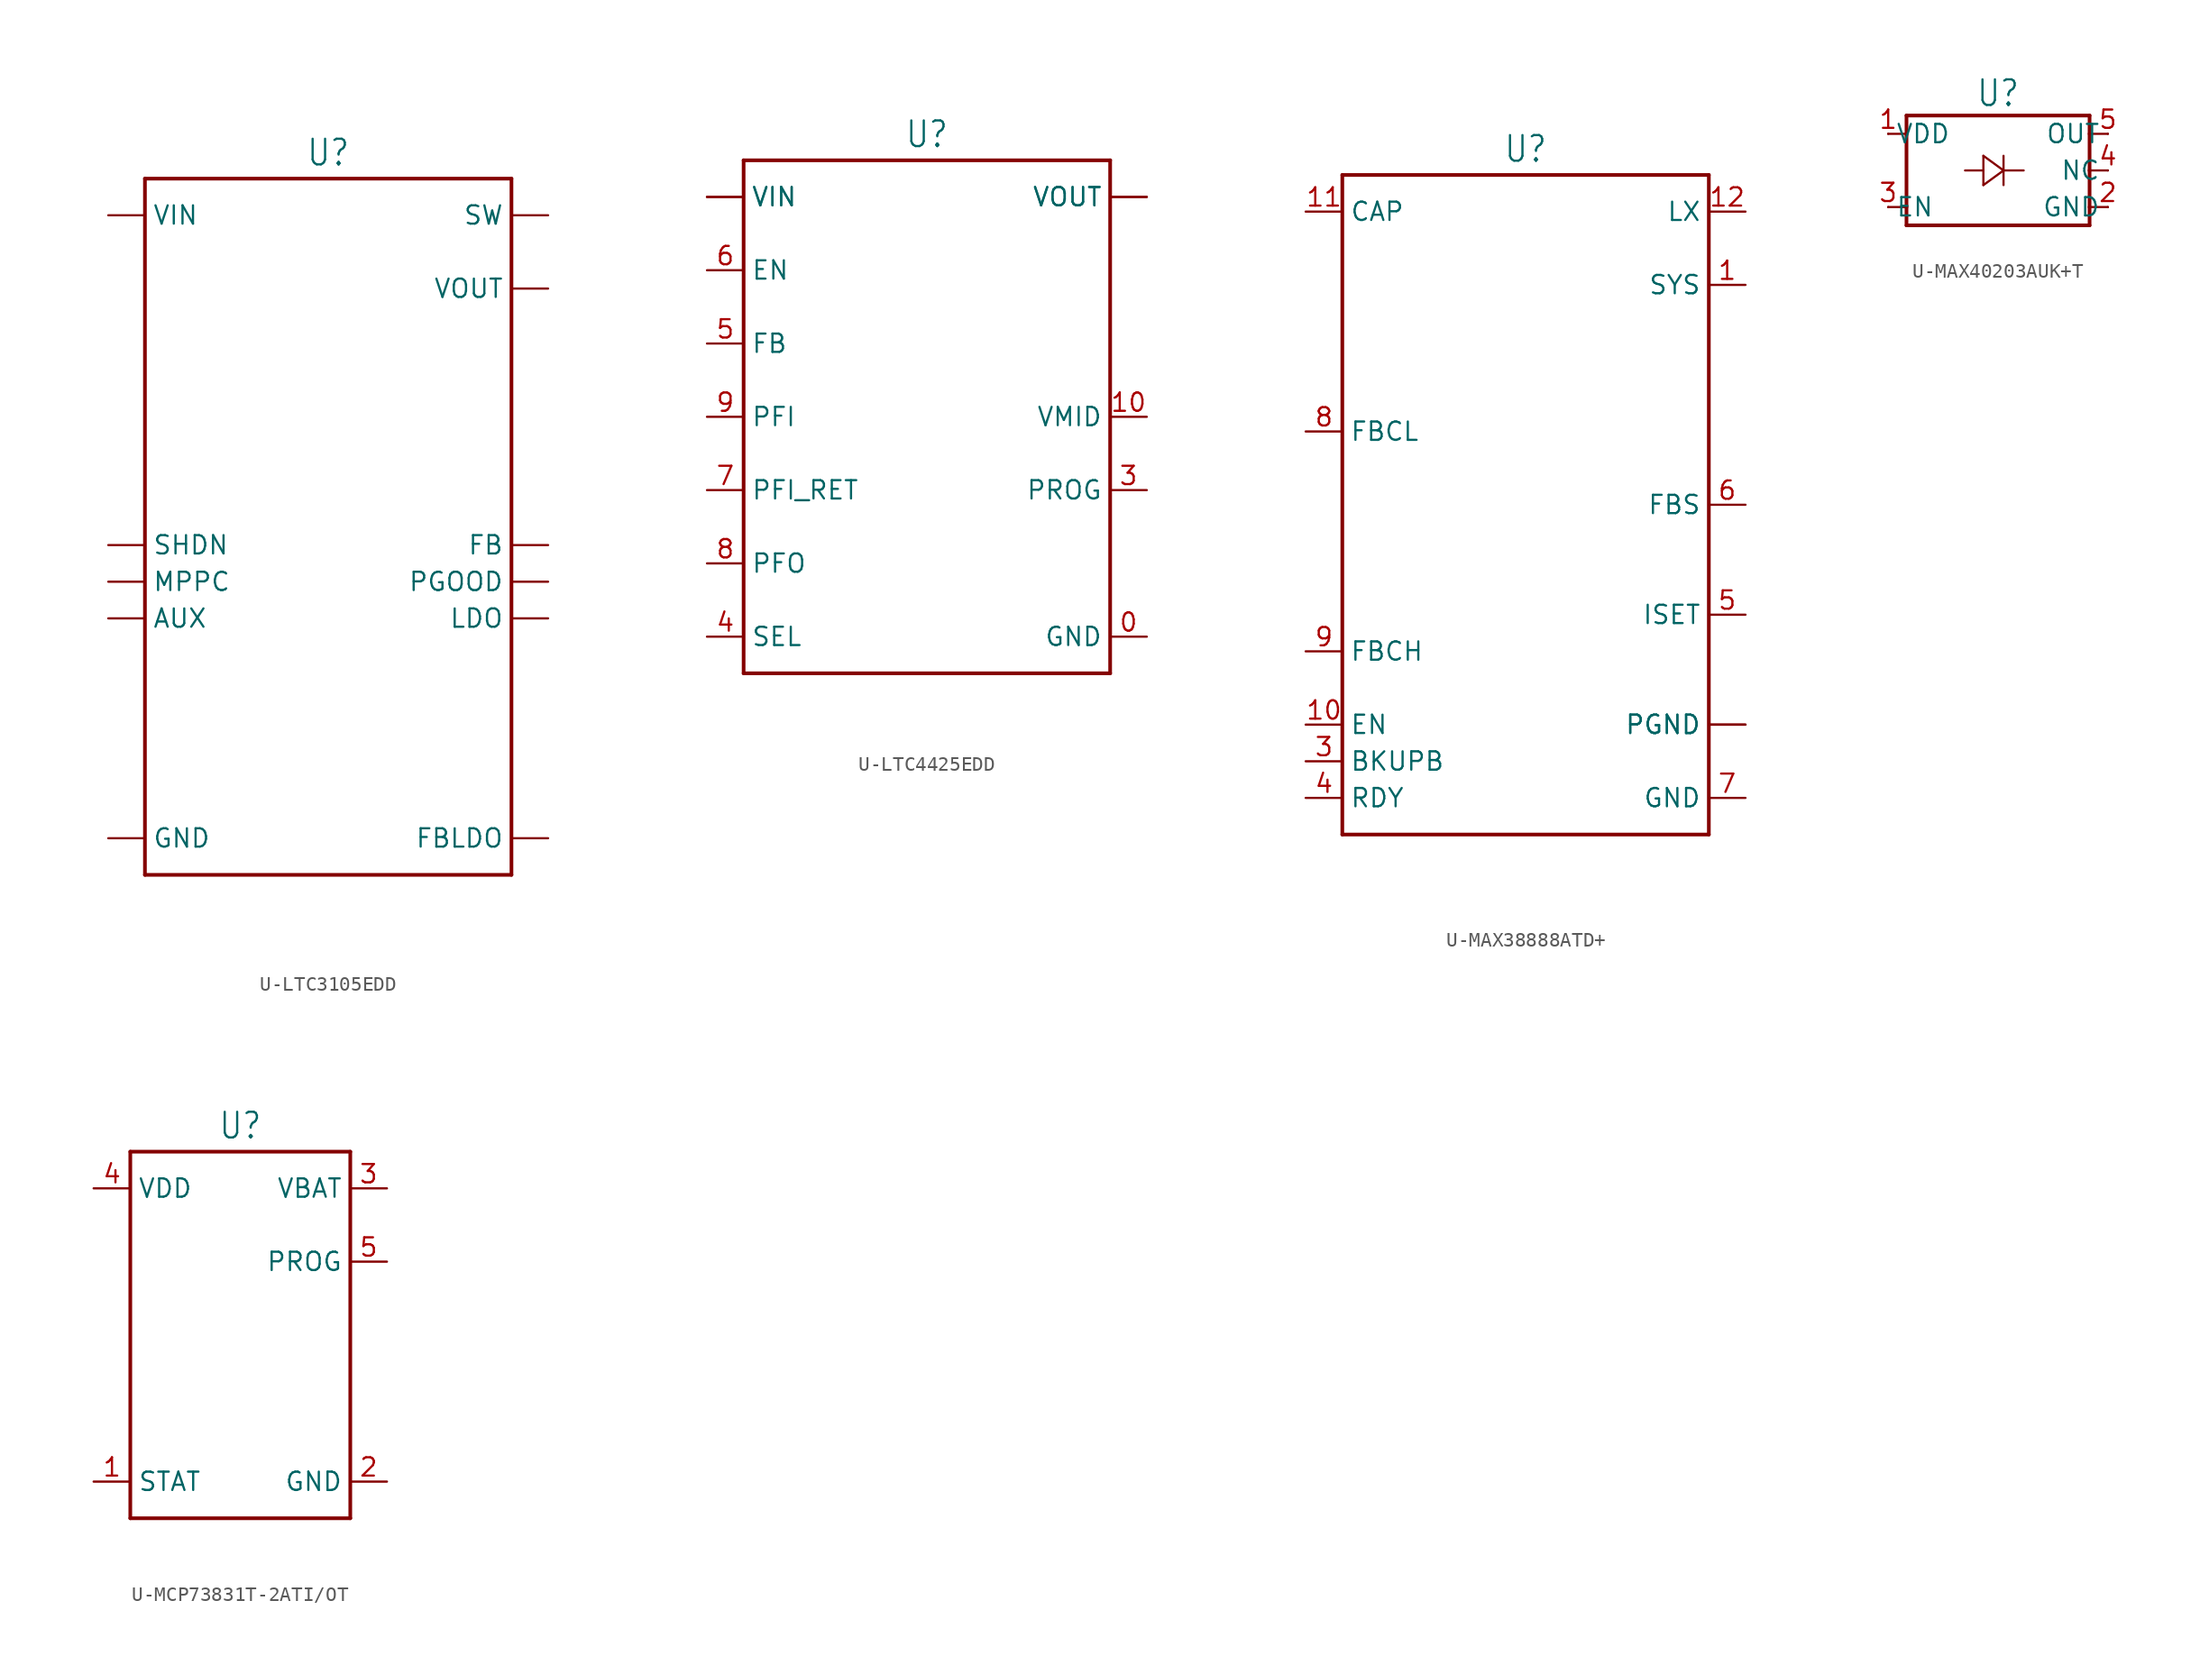
<source format=kicad_sym>
(kicad_symbol_lib
  (version 20231120)
  (generator "kicad_symbol_editor")
  (generator_version "8.0")
  (symbol "U-LTC3105EDD"
    (property "Reference" "U"
      (at 0 23.622 0)
      (effects (font (size 1.778 1.511)) (justify bottom)))
    (property "Value" ""
      (at 0 -26.162 0)
      (effects (font (size 1.778 1.511)) (justify top)))
    (property "ki_locked" ""
      (at 0 0 0)
      (effects (font (size 1.27 1.27))))
    (symbol "U-LTC3105EDD_1_0"
      (polyline (pts (xy -12.7 -25.4) (xy 12.7 -25.4)) (stroke (width 0.254) (type solid)) (fill (type none)))
      (polyline (pts (xy -12.7 22.86) (xy -12.7 -25.4)) (stroke (width 0.254) (type solid)) (fill (type none)))
      (polyline (pts (xy 12.7 -25.4) (xy 12.7 22.86)) (stroke (width 0.254) (type solid)) (fill (type none)))
      (polyline (pts (xy 12.7 22.86) (xy -12.7 22.86)) (stroke (width 0.254) (type solid)) (fill (type none)))
      (pin passive line (at 15.24 -2.54 180) (length 2.54) (name "FB" (effects (font (size 1.27 1.27)))) (number "1" (effects (font (size 0 0)))))
      (pin passive line (at -15.24 -7.62 0) (length 2.54) (name "AUX" (effects (font (size 1.27 1.27)))) (number "10" (effects (font (size 0 0)))))
      (pin passive line (at -15.24 -22.86 0) (length 2.54) (name "GND" (effects (font (size 1.27 1.27)))) (number "11" (effects (font (size 0 0)))))
      (pin passive line (at 15.24 -7.62 180) (length 2.54) (name "LDO" (effects (font (size 1.27 1.27)))) (number "2" (effects (font (size 0 0)))))
      (pin passive line (at 15.24 -22.86 180) (length 2.54) (name "FBLDO" (effects (font (size 1.27 1.27)))) (number "3" (effects (font (size 0 0)))))
      (pin passive line (at -15.24 -2.54 0) (length 2.54) (name "SHDN" (effects (font (size 1.27 1.27)))) (number "4" (effects (font (size 0 0)))))
      (pin passive line (at -15.24 -5.08 0) (length 2.54) (name "MPPC" (effects (font (size 1.27 1.27)))) (number "5" (effects (font (size 0 0)))))
      (pin passive line (at -15.24 20.32 0) (length 2.54) (name "VIN" (effects (font (size 1.27 1.27)))) (number "6" (effects (font (size 0 0)))))
      (pin passive line (at 15.24 20.32 180) (length 2.54) (name "SW" (effects (font (size 1.27 1.27)))) (number "7" (effects (font (size 0 0)))))
      (pin passive line (at 15.24 -5.08 180) (length 2.54) (name "PGOOD" (effects (font (size 1.27 1.27)))) (number "8" (effects (font (size 0 0)))))
      (pin passive line (at 15.24 15.24 180) (length 2.54) (name "VOUT" (effects (font (size 1.27 1.27)))) (number "9" (effects (font (size 0 0)))))))
  (symbol "U-LTC4425EDD"
    (property "Reference" "U"
      (at 0 18.542 0)
      (effects (font (size 1.778 1.511)) (justify bottom)))
    (property "Value" ""
      (at 0 -18.542 0)
      (effects (font (size 1.778 1.511)) (justify top)))
    (property "ki_locked" ""
      (at 0 0 0)
      (effects (font (size 1.27 1.27))))
    (symbol "U-LTC4425EDD_1_0"
      (polyline (pts (xy -12.7 -17.78) (xy -12.7 17.78)) (stroke (width 0.254) (type solid)) (fill (type none)))
      (polyline (pts (xy -12.7 17.78) (xy 12.7 17.78)) (stroke (width 0.254) (type solid)) (fill (type none)))
      (polyline (pts (xy 12.7 -17.78) (xy -12.7 -17.78)) (stroke (width 0.254) (type solid)) (fill (type none)))
      (polyline (pts (xy 12.7 17.78) (xy 12.7 -17.78)) (stroke (width 0.254) (type solid)) (fill (type none)))
      (pin passive line (at 15.24 -15.24 180) (length 2.54) (name "GND" (effects (font (size 1.27 1.27)))) (number "0" (effects (font (size 1.27 1.27)))))
      (pin passive line (at 15.24 15.24 180) (length 2.54) (name "VOUT" (effects (font (size 1.27 1.27)))) (number "1" (effects (font (size 0 0)))))
      (pin passive line (at 15.24 0 180) (length 2.54) (name "VMID" (effects (font (size 1.27 1.27)))) (number "10" (effects (font (size 1.27 1.27)))))
      (pin passive line (at -15.24 15.24 0) (length 2.54) (name "VIN" (effects (font (size 1.27 1.27)))) (number "11" (effects (font (size 0 0)))))
      (pin passive line (at -15.24 15.24 0) (length 2.54) (name "VIN" (effects (font (size 1.27 1.27)))) (number "12" (effects (font (size 0 0)))))
      (pin passive line (at 15.24 15.24 180) (length 2.54) (name "VOUT" (effects (font (size 1.27 1.27)))) (number "2" (effects (font (size 0 0)))))
      (pin passive line (at 15.24 -5.08 180) (length 2.54) (name "PROG" (effects (font (size 1.27 1.27)))) (number "3" (effects (font (size 1.27 1.27)))))
      (pin passive line (at -15.24 -15.24 0) (length 2.54) (name "SEL" (effects (font (size 1.27 1.27)))) (number "4" (effects (font (size 1.27 1.27)))))
      (pin passive line (at -15.24 5.08 0) (length 2.54) (name "FB" (effects (font (size 1.27 1.27)))) (number "5" (effects (font (size 1.27 1.27)))))
      (pin passive line (at -15.24 10.16 0) (length 2.54) (name "EN" (effects (font (size 1.27 1.27)))) (number "6" (effects (font (size 1.27 1.27)))))
      (pin passive line (at -15.24 -5.08 0) (length 2.54) (name "PFI_RET" (effects (font (size 1.27 1.27)))) (number "7" (effects (font (size 1.27 1.27)))))
      (pin passive line (at -15.24 -10.16 0) (length 2.54) (name "PFO" (effects (font (size 1.27 1.27)))) (number "8" (effects (font (size 1.27 1.27)))))
      (pin passive line (at -15.24 0 0) (length 2.54) (name "PFI" (effects (font (size 1.27 1.27)))) (number "9" (effects (font (size 1.27 1.27)))))))
  (symbol "U-MAX38888ATD+"
    (property "Reference" "U"
      (at 0 23.622 0)
      (effects (font (size 1.778 1.511)) (justify bottom)))
    (property "Value" ""
      (at 0 -23.622 0)
      (effects (font (size 1.778 1.511)) (justify top)))
    (property "ki_locked" ""
      (at 0 0 0)
      (effects (font (size 1.27 1.27))))
    (symbol "U-MAX38888ATD+_1_0"
      (polyline (pts (xy -12.7 -22.86) (xy 12.7 -22.86)) (stroke (width 0.254) (type solid)) (fill (type none)))
      (polyline (pts (xy -12.7 22.86) (xy -12.7 -22.86)) (stroke (width 0.254) (type solid)) (fill (type none)))
      (polyline (pts (xy 12.7 -22.86) (xy 12.7 22.86)) (stroke (width 0.254) (type solid)) (fill (type none)))
      (polyline (pts (xy 12.7 22.86) (xy -12.7 22.86)) (stroke (width 0.254) (type solid)) (fill (type none)))
      (pin passive line (at 15.24 -15.24 180) (length 2.54) (name "PGND" (effects (font (size 1.27 1.27)))) (number "0" (effects (font (size 0 0)))))
      (pin passive line (at 15.24 15.24 180) (length 2.54) (name "SYS" (effects (font (size 1.27 1.27)))) (number "1" (effects (font (size 1.27 1.27)))))
      (pin passive line (at -15.24 -15.24 0) (length 2.54) (name "EN" (effects (font (size 1.27 1.27)))) (number "10" (effects (font (size 1.27 1.27)))))
      (pin passive line (at -15.24 20.32 0) (length 2.54) (name "CAP" (effects (font (size 1.27 1.27)))) (number "11" (effects (font (size 1.27 1.27)))))
      (pin passive line (at 15.24 20.32 180) (length 2.54) (name "LX" (effects (font (size 1.27 1.27)))) (number "12" (effects (font (size 1.27 1.27)))))
      (pin passive line (at 15.24 -15.24 180) (length 2.54) (name "PGND" (effects (font (size 1.27 1.27)))) (number "14" (effects (font (size 0 0)))))
      (pin passive line (at -15.24 -17.78 0) (length 2.54) (name "BKUPB" (effects (font (size 1.27 1.27)))) (number "3" (effects (font (size 1.27 1.27)))))
      (pin passive line (at -15.24 -20.32 0) (length 2.54) (name "RDY" (effects (font (size 1.27 1.27)))) (number "4" (effects (font (size 1.27 1.27)))))
      (pin passive line (at 15.24 -7.62 180) (length 2.54) (name "ISET" (effects (font (size 1.27 1.27)))) (number "5" (effects (font (size 1.27 1.27)))))
      (pin passive line (at 15.24 0 180) (length 2.54) (name "FBS" (effects (font (size 1.27 1.27)))) (number "6" (effects (font (size 1.27 1.27)))))
      (pin passive line (at 15.24 -20.32 180) (length 2.54) (name "GND" (effects (font (size 1.27 1.27)))) (number "7" (effects (font (size 1.27 1.27)))))
      (pin passive line (at -15.24 5.08 0) (length 2.54) (name "FBCL" (effects (font (size 1.27 1.27)))) (number "8" (effects (font (size 1.27 1.27)))))
      (pin passive line (at -15.24 -10.16 0) (length 2.54) (name "FBCH" (effects (font (size 1.27 1.27)))) (number "9" (effects (font (size 1.27 1.27)))))))
  (symbol "U-MAX40203AUK+T"
    (property "Reference" "U"
      (at 0 4.318 0)
      (effects (font (size 1.778 1.511)) (justify bottom)))
    (property "Value" ""
      (at 0 -4.318 0)
      (effects (font (size 1.778 1.511)) (justify top)))
    (property "ki_locked" ""
      (at 0 0 0)
      (effects (font (size 1.27 1.27))))
    (symbol "U-MAX40203AUK+T_1_0"
      (polyline (pts (xy -7.62 -2.54) (xy -6.35 -2.54)) (stroke (width 0.152) (type solid)) (fill (type none)))
      (polyline (pts (xy -7.62 2.54) (xy -6.35 2.54)) (stroke (width 0.152) (type solid)) (fill (type none)))
      (polyline (pts (xy -6.35 -3.81) (xy -6.35 -2.54)) (stroke (width 0.254) (type solid)) (fill (type none)))
      (polyline (pts (xy -6.35 -2.54) (xy -6.35 2.54)) (stroke (width 0.254) (type solid)) (fill (type none)))
      (polyline (pts (xy -6.35 2.54) (xy -6.35 3.81)) (stroke (width 0.254) (type solid)) (fill (type none)))
      (polyline (pts (xy -6.35 3.81) (xy 6.35 3.81)) (stroke (width 0.254) (type solid)) (fill (type none)))
      (polyline (pts (xy -1.016 -1.016) (xy 0.381 0)) (stroke (width 0.152) (type solid)) (fill (type none)))
      (polyline (pts (xy -1.016 0) (xy -2.286 0)) (stroke (width 0.152) (type solid)) (fill (type none)))
      (polyline (pts (xy -1.016 0) (xy -1.016 -1.016)) (stroke (width 0.152) (type solid)) (fill (type none)))
      (polyline (pts (xy -1.016 1.016) (xy -1.016 0)) (stroke (width 0.152) (type solid)) (fill (type none)))
      (polyline (pts (xy 0.381 0) (xy -1.016 1.016)) (stroke (width 0.152) (type solid)) (fill (type none)))
      (polyline (pts (xy 0.381 0) (xy 0.381 -1.016)) (stroke (width 0.152) (type solid)) (fill (type none)))
      (polyline (pts (xy 0.381 0) (xy 1.778 0)) (stroke (width 0.152) (type solid)) (fill (type none)))
      (polyline (pts (xy 0.381 1.016) (xy 0.381 0)) (stroke (width 0.152) (type solid)) (fill (type none)))
      (polyline (pts (xy 6.35 -3.81) (xy -6.35 -3.81)) (stroke (width 0.254) (type solid)) (fill (type none)))
      (polyline (pts (xy 6.35 -2.54) (xy 6.35 -3.81)) (stroke (width 0.254) (type solid)) (fill (type none)))
      (polyline (pts (xy 6.35 0) (xy 6.35 -2.54)) (stroke (width 0.254) (type solid)) (fill (type none)))
      (polyline (pts (xy 6.35 2.54) (xy 6.35 0)) (stroke (width 0.254) (type solid)) (fill (type none)))
      (polyline (pts (xy 6.35 3.81) (xy 6.35 2.54)) (stroke (width 0.254) (type solid)) (fill (type none)))
      (polyline (pts (xy 7.62 -2.54) (xy 6.35 -2.54)) (stroke (width 0.152) (type solid)) (fill (type none)))
      (polyline (pts (xy 7.62 0) (xy 6.35 0)) (stroke (width 0.152) (type solid)) (fill (type none)))
      (polyline (pts (xy 7.62 2.54) (xy 6.35 2.54)) (stroke (width 0.152) (type solid)) (fill (type none)))
      (pin passive line (at -7.62 2.54 0) (length 0) (name "VDD" (effects (font (size 1.27 1.27)))) (number "1" (effects (font (size 1.27 1.27)))))
      (pin passive line (at 7.62 -2.54 180) (length 0) (name "GND" (effects (font (size 1.27 1.27)))) (number "2" (effects (font (size 1.27 1.27)))))
      (pin passive line (at -7.62 -2.54 0) (length 0) (name "EN" (effects (font (size 1.27 1.27)))) (number "3" (effects (font (size 1.27 1.27)))))
      (pin passive line (at 7.62 0 180) (length 0) (name "NC" (effects (font (size 1.27 1.27)))) (number "4" (effects (font (size 1.27 1.27)))))
      (pin passive line (at 7.62 2.54 180) (length 0) (name "OUT" (effects (font (size 1.27 1.27)))) (number "5" (effects (font (size 1.27 1.27)))))))
  (symbol "U-MCP73831T-2ATI/OT"
    (property "Reference" "U"
      (at 0 13.462 0)
      (effects (font (size 1.778 1.511)) (justify bottom)))
    (property "Value" ""
      (at 0 -13.462 0)
      (effects (font (size 1.778 1.511)) (justify top)))
    (property "ki_locked" ""
      (at 0 0 0)
      (effects (font (size 1.27 1.27))))
    (symbol "U-MCP73831T-2ATI/OT_1_0"
      (polyline (pts (xy -7.62 -12.7) (xy -7.62 12.7)) (stroke (width 0.254) (type solid)) (fill (type none)))
      (polyline (pts (xy -7.62 12.7) (xy 7.62 12.7)) (stroke (width 0.254) (type solid)) (fill (type none)))
      (polyline (pts (xy 7.62 -12.7) (xy -7.62 -12.7)) (stroke (width 0.254) (type solid)) (fill (type none)))
      (polyline (pts (xy 7.62 12.7) (xy 7.62 -12.7)) (stroke (width 0.254) (type solid)) (fill (type none)))
      (pin passive line (at -10.16 -10.16 0) (length 2.54) (name "STAT" (effects (font (size 1.27 1.27)))) (number "1" (effects (font (size 1.27 1.27)))))
      (pin passive line (at 10.16 -10.16 180) (length 2.54) (name "GND" (effects (font (size 1.27 1.27)))) (number "2" (effects (font (size 1.27 1.27)))))
      (pin passive line (at 10.16 10.16 180) (length 2.54) (name "VBAT" (effects (font (size 1.27 1.27)))) (number "3" (effects (font (size 1.27 1.27)))))
      (pin passive line (at -10.16 10.16 0) (length 2.54) (name "VDD" (effects (font (size 1.27 1.27)))) (number "4" (effects (font (size 1.27 1.27)))))
      (pin passive line (at 10.16 5.08 180) (length 2.54) (name "PROG" (effects (font (size 1.27 1.27)))) (number "5" (effects (font (size 1.27 1.27))))))))
</source>
